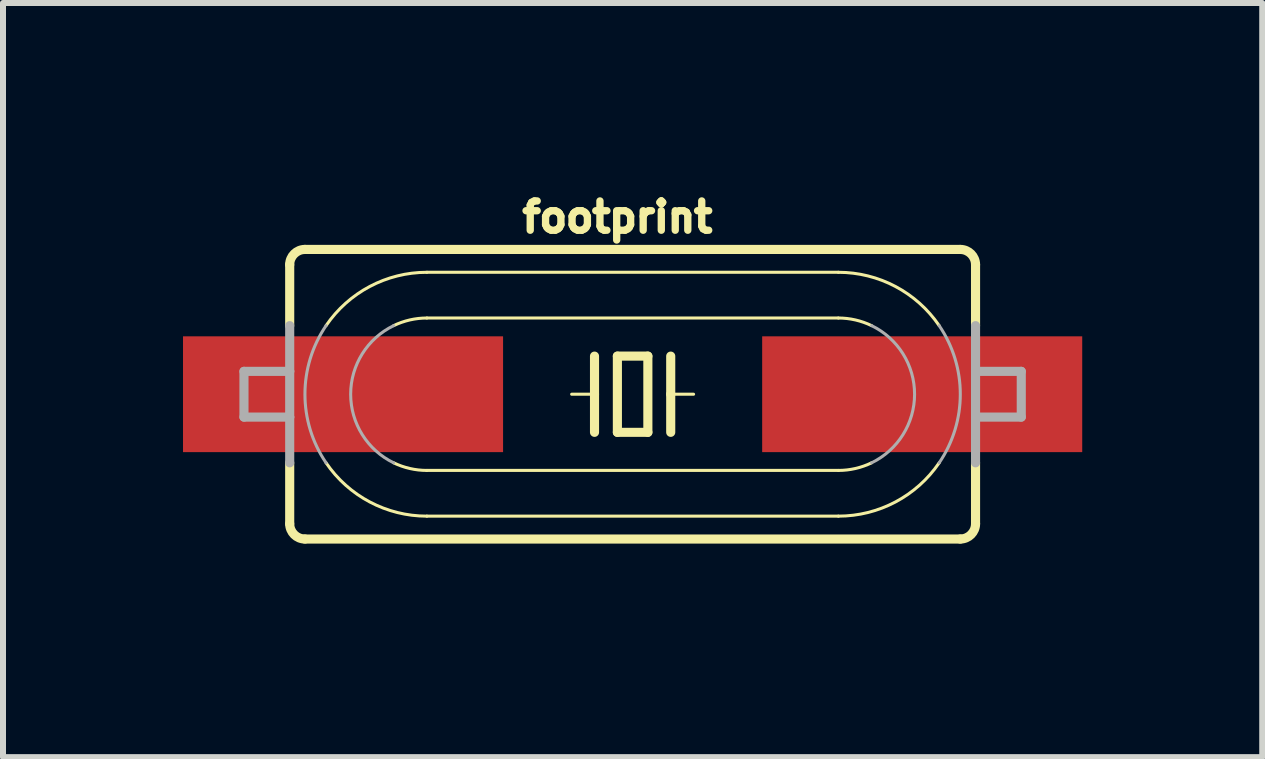
<source format=kicad_pcb>
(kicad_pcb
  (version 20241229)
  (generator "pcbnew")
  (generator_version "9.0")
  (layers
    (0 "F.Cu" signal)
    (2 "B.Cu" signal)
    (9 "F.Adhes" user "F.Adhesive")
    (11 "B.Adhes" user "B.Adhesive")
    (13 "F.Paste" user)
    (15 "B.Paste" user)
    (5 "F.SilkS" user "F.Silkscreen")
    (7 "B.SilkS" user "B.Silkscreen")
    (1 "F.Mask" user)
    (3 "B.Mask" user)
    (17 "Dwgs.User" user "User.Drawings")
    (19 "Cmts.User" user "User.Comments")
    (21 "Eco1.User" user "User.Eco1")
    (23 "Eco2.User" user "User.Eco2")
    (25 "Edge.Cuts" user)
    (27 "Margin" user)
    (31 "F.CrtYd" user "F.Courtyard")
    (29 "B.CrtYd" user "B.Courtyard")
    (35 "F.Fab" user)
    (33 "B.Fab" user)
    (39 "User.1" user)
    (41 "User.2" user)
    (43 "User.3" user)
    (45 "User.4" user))
  (footprint "footprint"
    (layer "F.Cu")
    (at 7.493 3.52)
    (property "Reference" "footprint" (at -0.254 -2.667 0) (layer "F.SilkS") (effects (font (size 0.488 0.488) (thickness 0.122)) (justify bottom)))
    (fp_line (start -5.715 -1.143) (end -5.715 -2.159) (stroke (width 0.152) (type solid)) (layer "F.SilkS"))
    (fp_line (start -5.715 2.159) (end -5.715 1.143) (stroke (width 0.152) (type solid)) (layer "F.SilkS"))
    (fp_line (start -3.429 -2.032) (end 3.429 -2.032) (stroke (width 0.051) (type solid)) (layer "F.SilkS"))
    (fp_line (start -3.429 -1.27) (end 3.429 -1.27) (stroke (width 0.051) (type solid)) (layer "F.SilkS"))
    (fp_line (start -0.635 -0.635) (end -0.635 0) (stroke (width 0.152) (type solid)) (layer "F.SilkS"))
    (fp_line (start -0.635 0) (end -1.016 0) (stroke (width 0.051) (type solid)) (layer "F.SilkS"))
    (fp_line (start -0.635 0) (end -0.635 0.635) (stroke (width 0.152) (type solid)) (layer "F.SilkS"))
    (fp_line (start -0.254 -0.635) (end -0.254 0.635) (stroke (width 0.152) (type solid)) (layer "F.SilkS"))
    (fp_line (start -0.254 0.635) (end 0.254 0.635) (stroke (width 0.152) (type solid)) (layer "F.SilkS"))
    (fp_line (start 0.254 -0.635) (end -0.254 -0.635) (stroke (width 0.152) (type solid)) (layer "F.SilkS"))
    (fp_line (start 0.254 0.635) (end 0.254 -0.635) (stroke (width 0.152) (type solid)) (layer "F.SilkS"))
    (fp_line (start 0.635 -0.635) (end 0.635 0) (stroke (width 0.152) (type solid)) (layer "F.SilkS"))
    (fp_line (start 0.635 0) (end 0.635 0.635) (stroke (width 0.152) (type solid)) (layer "F.SilkS"))
    (fp_line (start 0.635 0) (end 1.016 0) (stroke (width 0.051) (type solid)) (layer "F.SilkS"))
    (fp_line (start 3.429 1.27) (end -3.429 1.27) (stroke (width 0.051) (type solid)) (layer "F.SilkS"))
    (fp_line (start 3.429 2.032) (end -3.429 2.032) (stroke (width 0.051) (type solid)) (layer "F.SilkS"))
    (fp_line (start 5.461 -2.413) (end -5.461 -2.413) (stroke (width 0.152) (type solid)) (layer "F.SilkS"))
    (fp_line (start 5.461 2.413) (end -5.461 2.413) (stroke (width 0.152) (type solid)) (layer "F.SilkS"))
    (fp_line (start 5.715 -1.143) (end 5.715 -2.159) (stroke (width 0.152) (type solid)) (layer "F.SilkS"))
    (fp_line (start 5.715 2.159) (end 5.715 1.143) (stroke (width 0.152) (type solid)) (layer "F.SilkS"))
    (fp_arc (start -5.715 -2.159) (mid -5.640605 -2.338605) (end -5.461 -2.413) (stroke (width 0.1524) (type solid)) (layer "F.SilkS"))
    (fp_arc (start -5.461 2.413) (mid -5.640605 2.338605) (end -5.715 2.159) (stroke (width 0.1524) (type solid)) (layer "F.SilkS"))
    (fp_arc (start -5.1091 -1.143) (mid -4.379417 -1.796107) (end -3.429 -2.032101) (stroke (width 0.0508) (type solid)) (layer "F.SilkS"))
    (fp_arc (start -3.9826 -1.143) (mid -3.712991 -1.237845) (end -3.429 -1.27) (stroke (width 0.0508) (type solid)) (layer "F.SilkS"))
    (fp_arc (start -3.429 1.27) (mid -3.712991 1.237845) (end -3.9826 1.143) (stroke (width 0.0508) (type solid)) (layer "F.SilkS"))
    (fp_arc (start -3.429 2.032001) (mid -4.379408 1.796063) (end -5.1091 1.143) (stroke (width 0.0508) (type solid)) (layer "F.SilkS"))
    (fp_arc (start 3.429 -2.032) (mid 4.379408 -1.796062) (end 5.1091 -1.142999) (stroke (width 0.0508) (type solid)) (layer "F.SilkS"))
    (fp_arc (start 3.429 -1.27) (mid 3.712991 -1.237845) (end 3.9826 -1.143) (stroke (width 0.0508) (type solid)) (layer "F.SilkS"))
    (fp_arc (start 3.9826 1.143) (mid 3.712991 1.237845) (end 3.429 1.27) (stroke (width 0.0508) (type solid)) (layer "F.SilkS"))
    (fp_arc (start 5.109 1.142899) (mid 4.379368 1.795994) (end 3.429 2.032) (stroke (width 0.0508) (type solid)) (layer "F.SilkS"))
    (fp_arc (start 5.461 -2.413) (mid 5.640605 -2.338605) (end 5.715 -2.159) (stroke (width 0.1524) (type solid)) (layer "F.SilkS"))
    (fp_arc (start 5.715 2.159) (mid 5.640605 2.338605) (end 5.461 2.413) (stroke (width 0.1524) (type solid)) (layer "F.SilkS"))
    (fp_line (start -6.477 0.381) (end -6.477 -0.381) (stroke (width 0.152) (type solid)) (layer "F.Fab"))
    (fp_line (start -5.715 -0.381) (end -6.477 -0.381) (stroke (width 0.152) (type solid)) (layer "F.Fab"))
    (fp_line (start -5.715 -0.381) (end -5.715 -1.143) (stroke (width 0.152) (type solid)) (layer "F.Fab"))
    (fp_line (start -5.715 0.381) (end -6.477 0.381) (stroke (width 0.152) (type solid)) (layer "F.Fab"))
    (fp_line (start -5.715 0.381) (end -5.715 -0.381) (stroke (width 0.152) (type solid)) (layer "F.Fab"))
    (fp_line (start -5.715 1.143) (end -5.715 0.381) (stroke (width 0.152) (type solid)) (layer "F.Fab"))
    (fp_line (start 5.715 -0.381) (end 6.477 -0.381) (stroke (width 0.152) (type solid)) (layer "F.Fab"))
    (fp_line (start 5.715 0.381) (end 6.477 0.381) (stroke (width 0.152) (type solid)) (layer "F.Fab"))
    (fp_line (start 5.715 1.143) (end 5.715 -1.143) (stroke (width 0.152) (type solid)) (layer "F.Fab"))
    (fp_line (start 6.477 0.381) (end 6.477 -0.381) (stroke (width 0.152) (type solid)) (layer "F.Fab"))
    (fp_arc (start -5.1091 1.143) (mid -5.46104 0) (end -5.1091 -1.143) (stroke (width 0.0508) (type solid)) (layer "F.Fab"))
    (fp_arc (start -3.9826 1.143) (mid -4.699009 0) (end -3.9826 -1.143) (stroke (width 0.0508) (type solid)) (layer "F.Fab"))
    (fp_arc (start 3.9826 -1.143) (mid 4.699009 0) (end 3.9826 1.143) (stroke (width 0.0508) (type solid)) (layer "F.Fab"))
    (fp_arc (start 5.1091 -1.143) (mid 5.46104 0) (end 5.1091 1.143) (stroke (width 0.0508) (type solid)) (layer "F.Fab"))
    (pad "1" smd rect (at -4.826 0) (size 5.334 1.93) (layers "F.Cu" "F.Mask" "F.Paste"))
    (pad "2" smd rect (at 4.826 0) (size 5.334 1.93) (layers "F.Cu" "F.Mask" "F.Paste"))
    (zone (net_name "") (layers "F.Cu" "B.Cu") (hatch edge 0.508) (connect_pads) (min_thickness 0.254) (filled_areas_thickness no) (keepout (tracks allowed) (vias not_allowed) (pads allowed) (copperpour allowed) (footprints allowed)) (placement (enabled no)) (fill) (polygon (pts (xy 0.889 6.568) (xy 14.097 6.568) (xy 14.097 0.472) (xy 0.889 0.472)))))
  (gr_rect
    (start -3 -3)
    (end 17.986 9.568)
    (stroke (width 0.1) (type default))
    (fill no)
    (layer "Edge.Cuts")))
</source>
